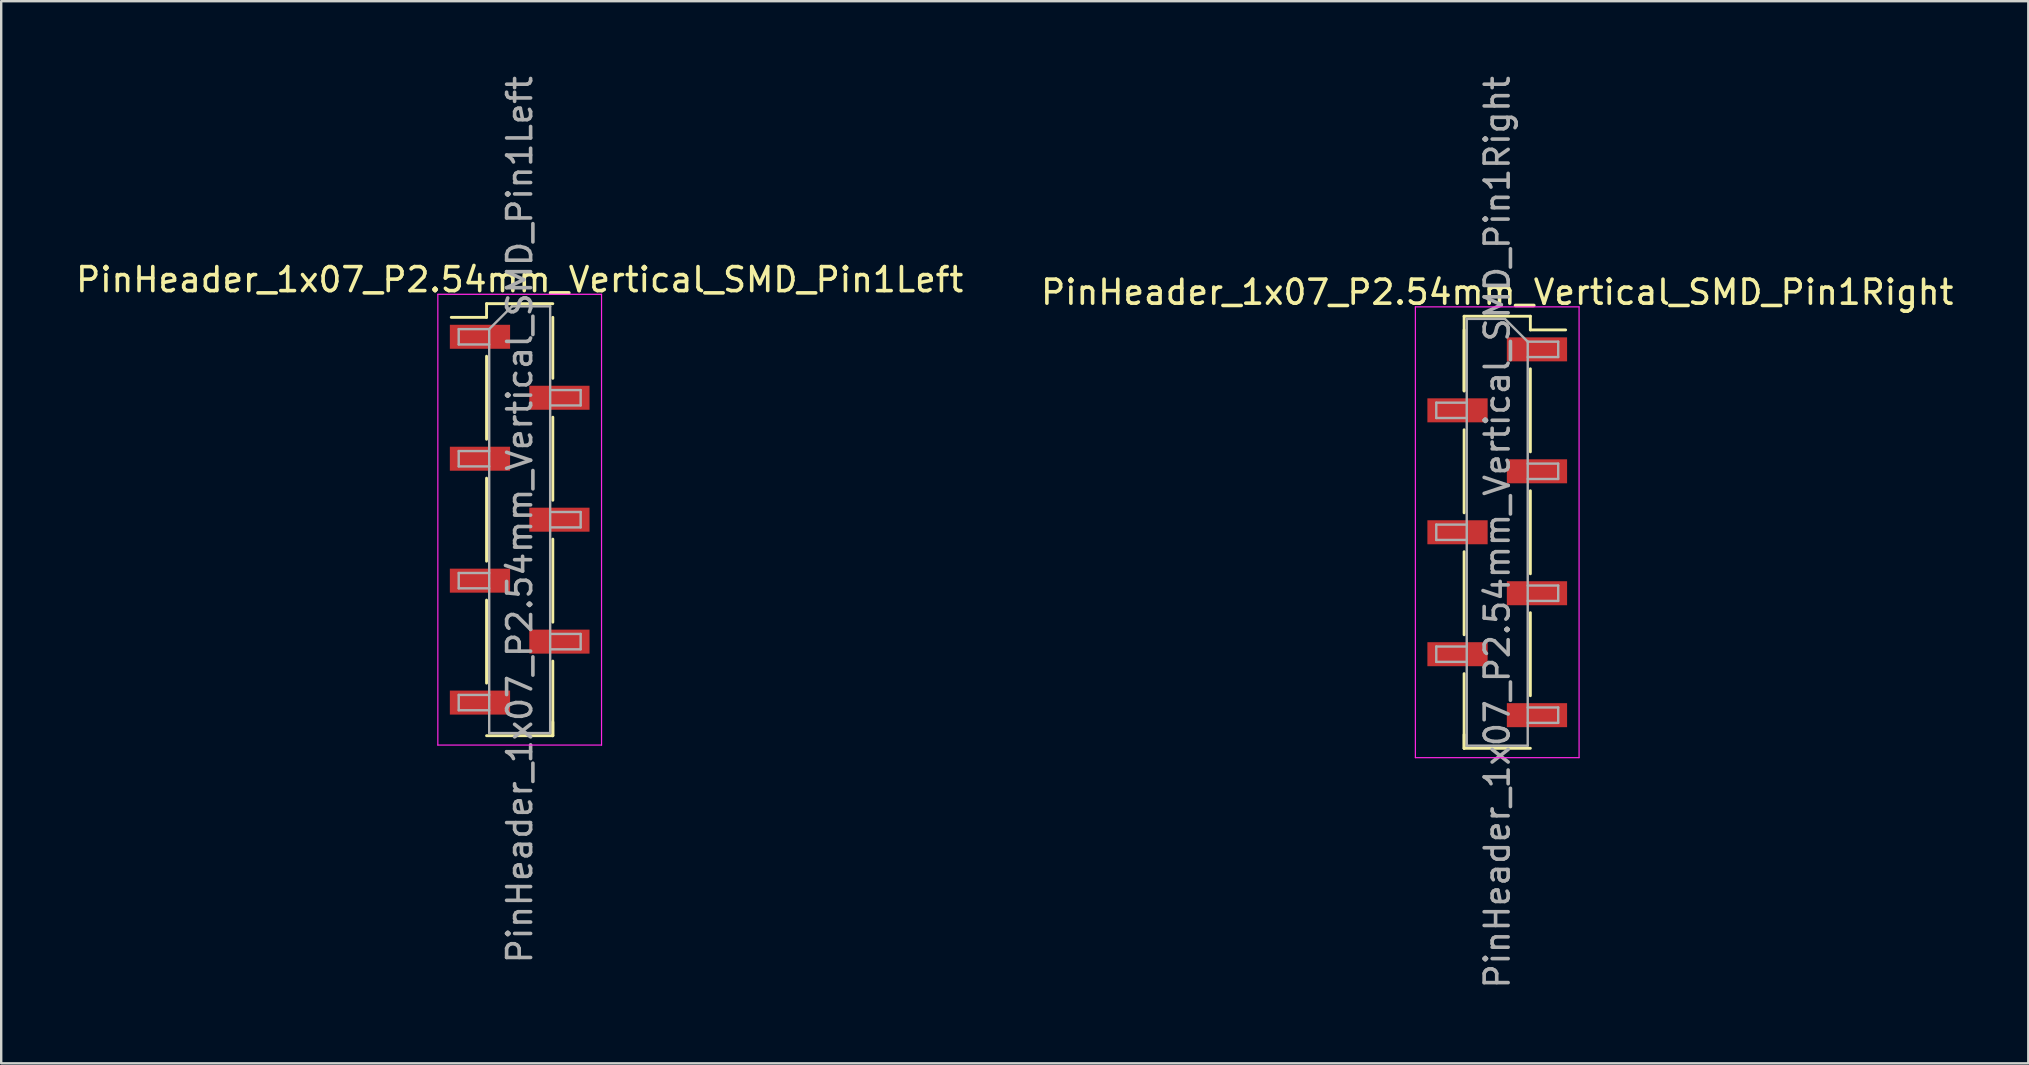
<source format=kicad_pcb>
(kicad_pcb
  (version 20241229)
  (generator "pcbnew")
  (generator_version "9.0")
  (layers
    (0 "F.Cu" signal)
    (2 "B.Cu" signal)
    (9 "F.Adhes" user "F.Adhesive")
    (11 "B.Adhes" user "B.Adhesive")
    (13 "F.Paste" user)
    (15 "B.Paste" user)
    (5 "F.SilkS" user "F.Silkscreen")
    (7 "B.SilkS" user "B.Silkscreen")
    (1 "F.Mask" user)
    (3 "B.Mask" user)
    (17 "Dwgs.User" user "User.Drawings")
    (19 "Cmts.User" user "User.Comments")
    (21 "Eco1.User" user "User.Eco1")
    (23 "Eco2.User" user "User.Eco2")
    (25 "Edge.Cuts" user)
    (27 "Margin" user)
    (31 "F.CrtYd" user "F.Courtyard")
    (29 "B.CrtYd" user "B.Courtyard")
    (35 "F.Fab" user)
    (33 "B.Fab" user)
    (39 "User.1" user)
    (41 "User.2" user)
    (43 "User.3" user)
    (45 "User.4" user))
  (footprint "PinHeader_1x07_P2.54mm_Vertical_SMD_Pin1Left"
    (layer "F.Cu")
    (at 18.601 18.601)
    (property "Reference" "PinHeader_1x07_P2.54mm_Vertical_SMD_Pin1Left" (at 0 -10 0) (layer "F.SilkS") (effects (font (size 1 1) (thickness 0.15))))
    (attr smd)
    (fp_line (start -1.38 -9) (end -1.38 -8.43) (stroke (width 0.12) (type solid)) (layer "F.SilkS"))
    (fp_line (start -1.38 -9) (end 1.38 -9) (stroke (width 0.12) (type solid)) (layer "F.SilkS"))
    (fp_line (start -1.38 -8.43) (end -2.85 -8.43) (stroke (width 0.12) (type solid)) (layer "F.SilkS"))
    (fp_line (start -1.38 -6.81) (end -1.38 -3.35) (stroke (width 0.12) (type solid)) (layer "F.SilkS"))
    (fp_line (start -1.38 -1.73) (end -1.38 1.73) (stroke (width 0.12) (type solid)) (layer "F.SilkS"))
    (fp_line (start -1.38 3.35) (end -1.38 6.81) (stroke (width 0.12) (type solid)) (layer "F.SilkS"))
    (fp_line (start -1.38 9) (end 1.38 9) (stroke (width 0.12) (type solid)) (layer "F.SilkS"))
    (fp_line (start 1.38 -8.43) (end 1.38 -5.89) (stroke (width 0.12) (type solid)) (layer "F.SilkS"))
    (fp_line (start 1.38 -4.27) (end 1.38 -0.81) (stroke (width 0.12) (type solid)) (layer "F.SilkS"))
    (fp_line (start 1.38 0.81) (end 1.38 4.27) (stroke (width 0.12) (type solid)) (layer "F.SilkS"))
    (fp_line (start 1.38 5.89) (end 1.38 9) (stroke (width 0.12) (type solid)) (layer "F.SilkS"))
    (fp_line (start 1.38 8.43) (end 1.38 9) (stroke (width 0.12) (type solid)) (layer "F.SilkS"))
    (fp_line (start -3.41 -9.39) (end -3.41 9.39) (stroke (width 0.05) (type solid)) (layer "F.CrtYd"))
    (fp_line (start -3.41 9.39) (end 3.41 9.39) (stroke (width 0.05) (type solid)) (layer "F.CrtYd"))
    (fp_line (start 3.41 -9.39) (end -3.41 -9.39) (stroke (width 0.05) (type solid)) (layer "F.CrtYd"))
    (fp_line (start 3.41 9.39) (end 3.41 -9.39) (stroke (width 0.05) (type solid)) (layer "F.CrtYd"))
    (fp_line (start -2.54 -7.94) (end -2.54 -7.3) (stroke (width 0.1) (type solid)) (layer "F.Fab"))
    (fp_line (start -2.54 -7.3) (end -1.27 -7.3) (stroke (width 0.1) (type solid)) (layer "F.Fab"))
    (fp_line (start -2.54 -2.86) (end -2.54 -2.22) (stroke (width 0.1) (type solid)) (layer "F.Fab"))
    (fp_line (start -2.54 -2.22) (end -1.27 -2.22) (stroke (width 0.1) (type solid)) (layer "F.Fab"))
    (fp_line (start -2.54 2.22) (end -2.54 2.86) (stroke (width 0.1) (type solid)) (layer "F.Fab"))
    (fp_line (start -2.54 2.86) (end -1.27 2.86) (stroke (width 0.1) (type solid)) (layer "F.Fab"))
    (fp_line (start -2.54 7.3) (end -2.54 7.94) (stroke (width 0.1) (type solid)) (layer "F.Fab"))
    (fp_line (start -2.54 7.94) (end -1.27 7.94) (stroke (width 0.1) (type solid)) (layer "F.Fab"))
    (fp_line (start -1.27 -7.94) (end -2.54 -7.94) (stroke (width 0.1) (type solid)) (layer "F.Fab"))
    (fp_line (start -1.27 -7.94) (end -0.32 -8.89) (stroke (width 0.1) (type solid)) (layer "F.Fab"))
    (fp_line (start -1.27 -2.86) (end -2.54 -2.86) (stroke (width 0.1) (type solid)) (layer "F.Fab"))
    (fp_line (start -1.27 2.22) (end -2.54 2.22) (stroke (width 0.1) (type solid)) (layer "F.Fab"))
    (fp_line (start -1.27 7.3) (end -2.54 7.3) (stroke (width 0.1) (type solid)) (layer "F.Fab"))
    (fp_line (start -1.27 8.89) (end -1.27 -7.94) (stroke (width 0.1) (type solid)) (layer "F.Fab"))
    (fp_line (start -0.32 -8.89) (end 1.27 -8.89) (stroke (width 0.1) (type solid)) (layer "F.Fab"))
    (fp_line (start 1.27 -8.89) (end 1.27 8.89) (stroke (width 0.1) (type solid)) (layer "F.Fab"))
    (fp_line (start 1.27 -5.4) (end 2.54 -5.4) (stroke (width 0.1) (type solid)) (layer "F.Fab"))
    (fp_line (start 1.27 -0.32) (end 2.54 -0.32) (stroke (width 0.1) (type solid)) (layer "F.Fab"))
    (fp_line (start 1.27 4.76) (end 2.54 4.76) (stroke (width 0.1) (type solid)) (layer "F.Fab"))
    (fp_line (start 1.27 8.89) (end -1.27 8.89) (stroke (width 0.1) (type solid)) (layer "F.Fab"))
    (fp_line (start 2.54 -5.4) (end 2.54 -4.76) (stroke (width 0.1) (type solid)) (layer "F.Fab"))
    (fp_line (start 2.54 -4.76) (end 1.27 -4.76) (stroke (width 0.1) (type solid)) (layer "F.Fab"))
    (fp_line (start 2.54 -0.32) (end 2.54 0.32) (stroke (width 0.1) (type solid)) (layer "F.Fab"))
    (fp_line (start 2.54 0.32) (end 1.27 0.32) (stroke (width 0.1) (type solid)) (layer "F.Fab"))
    (fp_line (start 2.54 4.76) (end 2.54 5.4) (stroke (width 0.1) (type solid)) (layer "F.Fab"))
    (fp_line (start 2.54 5.4) (end 1.27 5.4) (stroke (width 0.1) (type solid)) (layer "F.Fab"))
    (fp_text user "${REFERENCE}" (at 0 0 90) (layer "F.Fab") (effects (font (size 1 1) (thickness 0.15))))
    (pad "1" smd rect (at -1.655 -7.62) (size 2.51 1) (layers "F.Cu" "F.Mask" "F.Paste"))
    (pad "2" smd rect (at 1.655 -5.08) (size 2.51 1) (layers "F.Cu" "F.Mask" "F.Paste"))
    (pad "3" smd rect (at -1.655 -2.54) (size 2.51 1) (layers "F.Cu" "F.Mask" "F.Paste"))
    (pad "4" smd rect (at 1.655 0) (size 2.51 1) (layers "F.Cu" "F.Mask" "F.Paste"))
    (pad "5" smd rect (at -1.655 2.54) (size 2.51 1) (layers "F.Cu" "F.Mask" "F.Paste"))
    (pad "6" smd rect (at 1.655 5.08) (size 2.51 1) (layers "F.Cu" "F.Mask" "F.Paste"))
    (pad "7" smd rect (at -1.655 7.62) (size 2.51 1) (layers "F.Cu" "F.Mask" "F.Paste")))
  (footprint "PinHeader_1x07_P2.54mm_Vertical_SMD_Pin1Right"
    (layer "F.Cu")
    (at 59.327 19.125)
    (property "Reference" "PinHeader_1x07_P2.54mm_Vertical_SMD_Pin1Right" (at 0 -10 0) (layer "F.SilkS") (effects (font (size 1 1) (thickness 0.15))))
    (attr smd)
    (fp_line (start -1.38 -9) (end -1.38 -5.89) (stroke (width 0.12) (type solid)) (layer "F.SilkS"))
    (fp_line (start -1.38 -9) (end 1.38 -9) (stroke (width 0.12) (type solid)) (layer "F.SilkS"))
    (fp_line (start -1.38 -8.43) (end -1.38 -5.89) (stroke (width 0.12) (type solid)) (layer "F.SilkS"))
    (fp_line (start -1.38 -4.27) (end -1.38 -0.81) (stroke (width 0.12) (type solid)) (layer "F.SilkS"))
    (fp_line (start -1.38 0.81) (end -1.38 4.27) (stroke (width 0.12) (type solid)) (layer "F.SilkS"))
    (fp_line (start -1.38 5.89) (end -1.38 9) (stroke (width 0.12) (type solid)) (layer "F.SilkS"))
    (fp_line (start -1.38 8.43) (end -1.38 9) (stroke (width 0.12) (type solid)) (layer "F.SilkS"))
    (fp_line (start -1.38 9) (end 1.38 9) (stroke (width 0.12) (type solid)) (layer "F.SilkS"))
    (fp_line (start 1.38 -9) (end 1.38 -8.43) (stroke (width 0.12) (type solid)) (layer "F.SilkS"))
    (fp_line (start 1.38 -8.43) (end 2.85 -8.43) (stroke (width 0.12) (type solid)) (layer "F.SilkS"))
    (fp_line (start 1.38 -6.81) (end 1.38 -3.35) (stroke (width 0.12) (type solid)) (layer "F.SilkS"))
    (fp_line (start 1.38 -1.73) (end 1.38 1.73) (stroke (width 0.12) (type solid)) (layer "F.SilkS"))
    (fp_line (start 1.38 3.35) (end 1.38 6.81) (stroke (width 0.12) (type solid)) (layer "F.SilkS"))
    (fp_line (start -3.41 -9.39) (end -3.41 9.39) (stroke (width 0.05) (type solid)) (layer "F.CrtYd"))
    (fp_line (start -3.41 9.39) (end 3.41 9.39) (stroke (width 0.05) (type solid)) (layer "F.CrtYd"))
    (fp_line (start 3.41 -9.39) (end -3.41 -9.39) (stroke (width 0.05) (type solid)) (layer "F.CrtYd"))
    (fp_line (start 3.41 9.39) (end 3.41 -9.39) (stroke (width 0.05) (type solid)) (layer "F.CrtYd"))
    (fp_line (start -2.54 -5.4) (end -2.54 -4.76) (stroke (width 0.1) (type solid)) (layer "F.Fab"))
    (fp_line (start -2.54 -4.76) (end -1.27 -4.76) (stroke (width 0.1) (type solid)) (layer "F.Fab"))
    (fp_line (start -2.54 -0.32) (end -2.54 0.32) (stroke (width 0.1) (type solid)) (layer "F.Fab"))
    (fp_line (start -2.54 0.32) (end -1.27 0.32) (stroke (width 0.1) (type solid)) (layer "F.Fab"))
    (fp_line (start -2.54 4.76) (end -2.54 5.4) (stroke (width 0.1) (type solid)) (layer "F.Fab"))
    (fp_line (start -2.54 5.4) (end -1.27 5.4) (stroke (width 0.1) (type solid)) (layer "F.Fab"))
    (fp_line (start -1.27 -8.89) (end -1.27 8.89) (stroke (width 0.1) (type solid)) (layer "F.Fab"))
    (fp_line (start -1.27 -8.89) (end 0.32 -8.89) (stroke (width 0.1) (type solid)) (layer "F.Fab"))
    (fp_line (start -1.27 -5.4) (end -2.54 -5.4) (stroke (width 0.1) (type solid)) (layer "F.Fab"))
    (fp_line (start -1.27 -0.32) (end -2.54 -0.32) (stroke (width 0.1) (type solid)) (layer "F.Fab"))
    (fp_line (start -1.27 4.76) (end -2.54 4.76) (stroke (width 0.1) (type solid)) (layer "F.Fab"))
    (fp_line (start 1.27 -7.94) (end 0.32 -8.89) (stroke (width 0.1) (type solid)) (layer "F.Fab"))
    (fp_line (start 1.27 -7.94) (end 2.54 -7.94) (stroke (width 0.1) (type solid)) (layer "F.Fab"))
    (fp_line (start 1.27 -2.86) (end 2.54 -2.86) (stroke (width 0.1) (type solid)) (layer "F.Fab"))
    (fp_line (start 1.27 2.22) (end 2.54 2.22) (stroke (width 0.1) (type solid)) (layer "F.Fab"))
    (fp_line (start 1.27 7.3) (end 2.54 7.3) (stroke (width 0.1) (type solid)) (layer "F.Fab"))
    (fp_line (start 1.27 8.89) (end -1.27 8.89) (stroke (width 0.1) (type solid)) (layer "F.Fab"))
    (fp_line (start 1.27 8.89) (end 1.27 -7.94) (stroke (width 0.1) (type solid)) (layer "F.Fab"))
    (fp_line (start 2.54 -7.94) (end 2.54 -7.3) (stroke (width 0.1) (type solid)) (layer "F.Fab"))
    (fp_line (start 2.54 -7.3) (end 1.27 -7.3) (stroke (width 0.1) (type solid)) (layer "F.Fab"))
    (fp_line (start 2.54 -2.86) (end 2.54 -2.22) (stroke (width 0.1) (type solid)) (layer "F.Fab"))
    (fp_line (start 2.54 -2.22) (end 1.27 -2.22) (stroke (width 0.1) (type solid)) (layer "F.Fab"))
    (fp_line (start 2.54 2.22) (end 2.54 2.86) (stroke (width 0.1) (type solid)) (layer "F.Fab"))
    (fp_line (start 2.54 2.86) (end 1.27 2.86) (stroke (width 0.1) (type solid)) (layer "F.Fab"))
    (fp_line (start 2.54 7.3) (end 2.54 7.94) (stroke (width 0.1) (type solid)) (layer "F.Fab"))
    (fp_line (start 2.54 7.94) (end 1.27 7.94) (stroke (width 0.1) (type solid)) (layer "F.Fab"))
    (fp_text user "${REFERENCE}" (at 0 0 90) (layer "F.Fab") (effects (font (size 1 1) (thickness 0.15))))
    (pad "1" smd rect (at 1.655 -7.62) (size 2.51 1) (layers "F.Cu" "F.Mask" "F.Paste"))
    (pad "2" smd rect (at -1.655 -5.08) (size 2.51 1) (layers "F.Cu" "F.Mask" "F.Paste"))
    (pad "3" smd rect (at 1.655 -2.54) (size 2.51 1) (layers "F.Cu" "F.Mask" "F.Paste"))
    (pad "4" smd rect (at -1.655 0) (size 2.51 1) (layers "F.Cu" "F.Mask" "F.Paste"))
    (pad "5" smd rect (at 1.655 2.54) (size 2.51 1) (layers "F.Cu" "F.Mask" "F.Paste"))
    (pad "6" smd rect (at -1.655 5.08) (size 2.51 1) (layers "F.Cu" "F.Mask" "F.Paste"))
    (pad "7" smd rect (at 1.655 7.62) (size 2.51 1) (layers "F.Cu" "F.Mask" "F.Paste")))
  (gr_rect
    (start -3 -3)
    (end 81.452 41.25)
    (stroke (width 0.1) (type default))
    (fill no)
    (layer "Edge.Cuts")))
</source>
